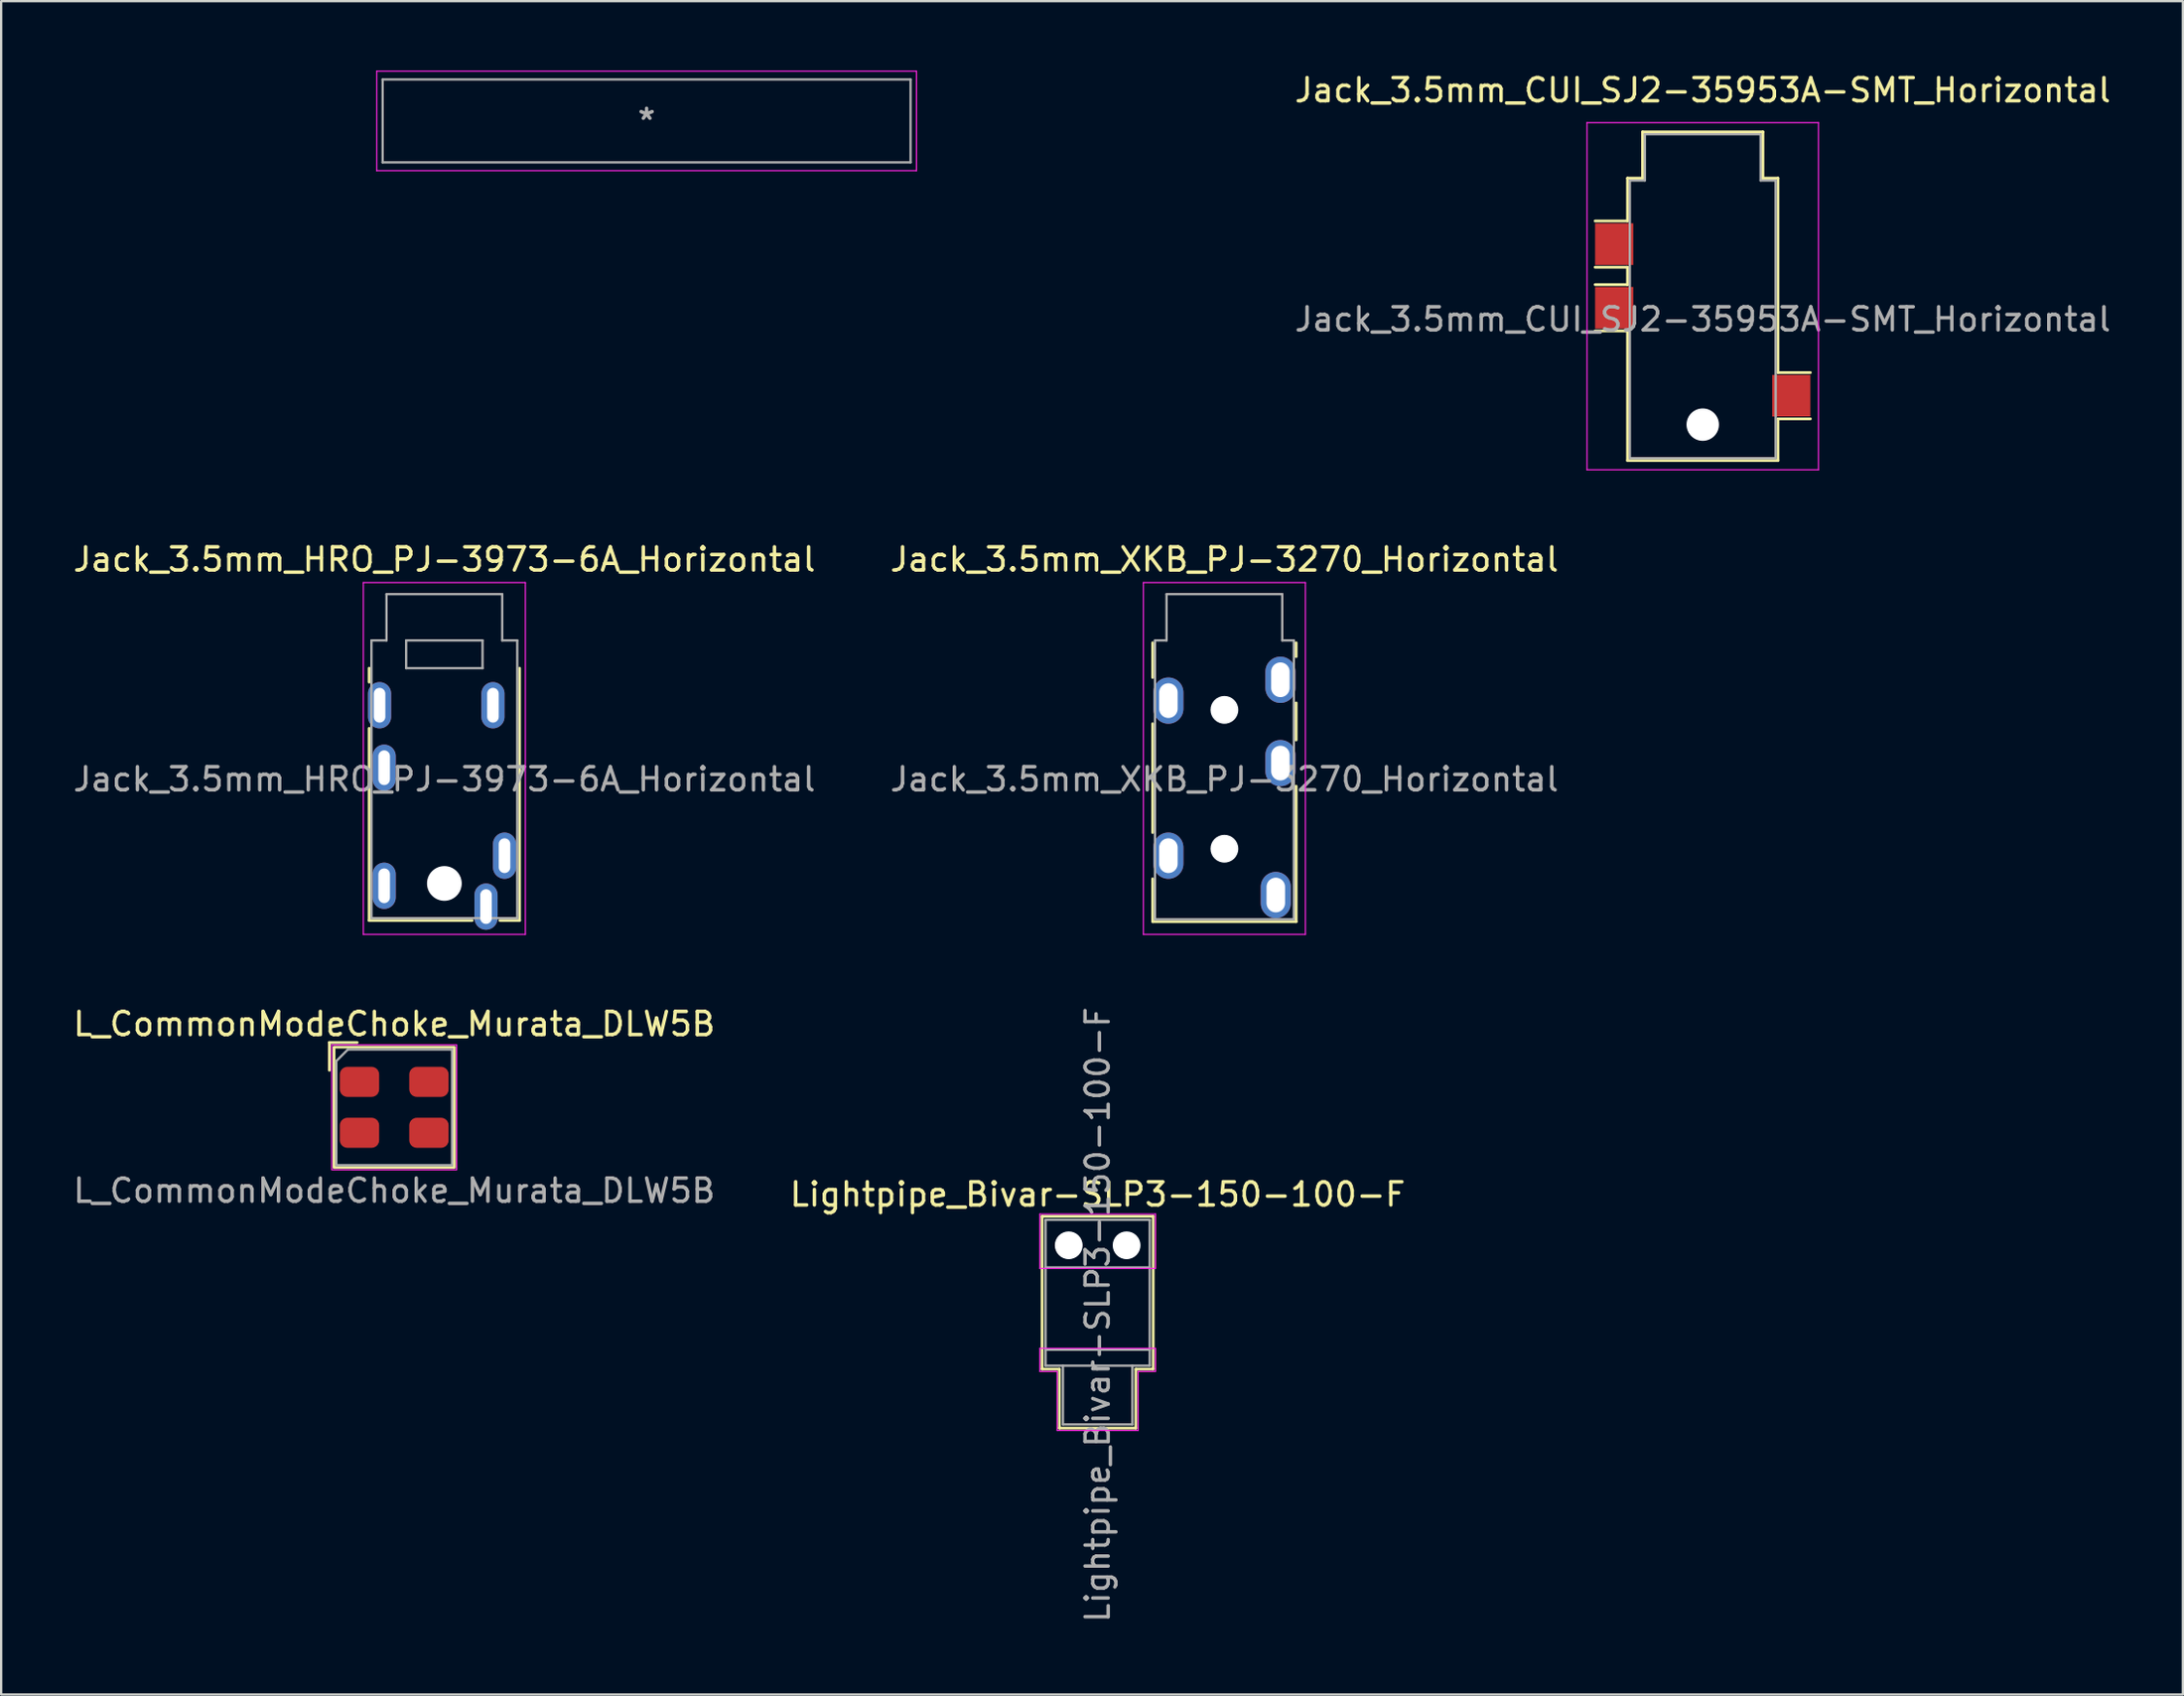
<source format=kicad_pcb>
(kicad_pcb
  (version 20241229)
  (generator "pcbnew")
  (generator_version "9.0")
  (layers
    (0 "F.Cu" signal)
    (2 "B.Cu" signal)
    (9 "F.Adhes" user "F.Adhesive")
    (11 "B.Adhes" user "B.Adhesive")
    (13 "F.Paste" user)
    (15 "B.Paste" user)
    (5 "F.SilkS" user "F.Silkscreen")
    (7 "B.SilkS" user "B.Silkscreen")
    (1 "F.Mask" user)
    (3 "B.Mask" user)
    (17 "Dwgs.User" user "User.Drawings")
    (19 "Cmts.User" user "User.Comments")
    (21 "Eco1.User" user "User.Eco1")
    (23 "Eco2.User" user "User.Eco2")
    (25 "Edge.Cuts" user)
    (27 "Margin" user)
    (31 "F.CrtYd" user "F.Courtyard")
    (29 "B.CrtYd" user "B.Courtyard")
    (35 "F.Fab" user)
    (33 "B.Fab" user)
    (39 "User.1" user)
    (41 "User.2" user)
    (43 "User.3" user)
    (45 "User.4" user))
  (footprint "Jack_3.5mm_CUI_SJ2-35953A-SMT_Horizontal"
    (layer "F.Cu")
    (at 70.518 10.748)
    (property "Reference" "Jack_3.5mm_CUI_SJ2-35953A-SMT_Horizontal" (at 0 -9.9 0) (layer "F.SilkS") (effects (font (size 1 1) (thickness 0.15))))
    (attr smd)
    (fp_line (start -3.25 -6.1) (end -2.6 -6.1) (stroke (width 0.12) (type solid)) (layer "F.SilkS"))
    (fp_line (start -3.25 -4.25) (end -4.65 -4.25) (stroke (width 0.12) (type solid)) (layer "F.SilkS"))
    (fp_line (start -3.25 -4.25) (end -3.25 -6.1) (stroke (width 0.12) (type solid)) (layer "F.SilkS"))
    (fp_line (start -3.25 -2.25) (end -4.65 -2.25) (stroke (width 0.12) (type solid)) (layer "F.SilkS"))
    (fp_line (start -3.25 -1.5) (end -4.65 -1.5) (stroke (width 0.12) (type solid)) (layer "F.SilkS"))
    (fp_line (start -3.25 -1.5) (end -3.25 -2.25) (stroke (width 0.12) (type solid)) (layer "F.SilkS"))
    (fp_line (start -3.25 0.5) (end -4.65 0.5) (stroke (width 0.12) (type solid)) (layer "F.SilkS"))
    (fp_line (start -3.25 6.1) (end -3.25 0.5) (stroke (width 0.12) (type solid)) (layer "F.SilkS"))
    (fp_line (start -2.6 -8.1) (end 2.6 -8.1) (stroke (width 0.12) (type solid)) (layer "F.SilkS"))
    (fp_line (start -2.6 -6.1) (end -2.6 -8.1) (stroke (width 0.12) (type solid)) (layer "F.SilkS"))
    (fp_line (start 2.6 -6.1) (end 2.6 -8.1) (stroke (width 0.12) (type solid)) (layer "F.SilkS"))
    (fp_line (start 2.6 -6.1) (end 3.25 -6.1) (stroke (width 0.12) (type solid)) (layer "F.SilkS"))
    (fp_line (start 3.25 -6.1) (end 3.25 2.3) (stroke (width 0.12) (type solid)) (layer "F.SilkS"))
    (fp_line (start 3.25 4.3) (end 3.25 6.1) (stroke (width 0.12) (type solid)) (layer "F.SilkS"))
    (fp_line (start 3.25 6.1) (end -3.25 6.1) (stroke (width 0.12) (type solid)) (layer "F.SilkS"))
    (fp_line (start 4.65 2.3) (end 3.25 2.3) (stroke (width 0.12) (type solid)) (layer "F.SilkS"))
    (fp_line (start 4.65 4.3) (end 3.25 4.3) (stroke (width 0.12) (type solid)) (layer "F.SilkS"))
    (fp_line (start -5 -8.5) (end 5 -8.5) (stroke (width 0.05) (type solid)) (layer "F.CrtYd"))
    (fp_line (start -5 6.5) (end -5 -8.5) (stroke (width 0.05) (type solid)) (layer "F.CrtYd"))
    (fp_line (start 5 -8.5) (end 5 6.5) (stroke (width 0.05) (type solid)) (layer "F.CrtYd"))
    (fp_line (start 5 6.5) (end -5 6.5) (stroke (width 0.05) (type solid)) (layer "F.CrtYd"))
    (fp_line (start -3.15 -6) (end -2.5 -6) (stroke (width 0.1) (type solid)) (layer "F.Fab"))
    (fp_line (start -3.15 6) (end -3.15 -6) (stroke (width 0.1) (type solid)) (layer "F.Fab"))
    (fp_line (start -2.5 -8) (end 2.5 -8) (stroke (width 0.1) (type solid)) (layer "F.Fab"))
    (fp_line (start -2.5 -6) (end -2.5 -8) (stroke (width 0.1) (type solid)) (layer "F.Fab"))
    (fp_line (start 2.5 -8) (end 2.5 -6) (stroke (width 0.1) (type solid)) (layer "F.Fab"))
    (fp_line (start 2.5 -6) (end 3.15 -6) (stroke (width 0.1) (type solid)) (layer "F.Fab"))
    (fp_line (start 3.15 -6) (end 3.15 6) (stroke (width 0.1) (type solid)) (layer "F.Fab"))
    (fp_line (start 3.15 6) (end -3.15 6) (stroke (width 0.1) (type solid)) (layer "F.Fab"))
    (fp_text user "${REFERENCE}" (at 0 0 0) (layer "F.Fab") (effects (font (size 1 1) (thickness 0.15))))
    (pad "" np_thru_hole circle (at 0 4.55) (size 1.4 1.4) (drill 1.4) (layers "*.Cu" "*.Mask"))
    (pad "R" smd rect (at -3.825 -0.5) (size 1.65 1.8) (layers "F.Cu" "F.Mask" "F.Paste"))
    (pad "S" smd rect (at -3.825 -3.25) (size 1.65 1.8) (layers "F.Cu" "F.Mask" "F.Paste"))
    (pad "T" smd rect (at 3.825 3.3) (size 1.65 1.8) (layers "F.Cu" "F.Mask" "F.Paste")))
  (footprint "Jack_3.5mm_HRO_PJ-3973-6A_Horizontal"
    (layer "F.Cu")
    (at 16.149 24.622)
    (property "Reference" "Jack_3.5mm_HRO_PJ-3973-6A_Horizontal" (at 0 -3.5 0) (layer "F.SilkS") (effects (font (size 1 1) (thickness 0.15))))
    (attr through_hole)
    (fp_line (start -3.25 1.8) (end -3.25 1.2) (stroke (width 0.12) (type solid)) (layer "F.SilkS"))
    (fp_line (start -3.25 12.1) (end -3.25 3.8) (stroke (width 0.12) (type solid)) (layer "F.SilkS"))
    (fp_line (start 1.2 12.1) (end -3.25 12.1) (stroke (width 0.12) (type solid)) (layer "F.SilkS"))
    (fp_line (start 3.25 1.2) (end 3.25 12.1) (stroke (width 0.12) (type solid)) (layer "F.SilkS"))
    (fp_line (start 3.25 12.1) (end 2.4 12.1) (stroke (width 0.12) (type solid)) (layer "F.SilkS"))
    (fp_line (start -3.5 -2.5) (end 3.5 -2.5) (stroke (width 0.05) (type solid)) (layer "F.CrtYd"))
    (fp_line (start -3.5 12.7) (end -3.5 -2.5) (stroke (width 0.05) (type solid)) (layer "F.CrtYd"))
    (fp_line (start 3.5 -2.5) (end 3.5 12.7) (stroke (width 0.05) (type solid)) (layer "F.CrtYd"))
    (fp_line (start 3.5 12.7) (end -3.5 12.7) (stroke (width 0.05) (type solid)) (layer "F.CrtYd"))
    (fp_line (start -3.15 0) (end -2.5 0) (stroke (width 0.1) (type solid)) (layer "F.Fab"))
    (fp_line (start -3.15 12) (end -3.15 0) (stroke (width 0.1) (type solid)) (layer "F.Fab"))
    (fp_line (start -2.5 -2) (end 2.5 -2) (stroke (width 0.1) (type solid)) (layer "F.Fab"))
    (fp_line (start -2.5 0) (end -2.5 -2) (stroke (width 0.1) (type solid)) (layer "F.Fab"))
    (fp_line (start -1.65 0) (end 1.65 0) (stroke (width 0.1) (type solid)) (layer "F.Fab"))
    (fp_line (start -1.65 1.2) (end -1.65 0) (stroke (width 0.1) (type solid)) (layer "F.Fab"))
    (fp_line (start -1.65 1.2) (end 1.65 1.2) (stroke (width 0.1) (type solid)) (layer "F.Fab"))
    (fp_line (start 1.65 1.2) (end 1.65 0) (stroke (width 0.1) (type solid)) (layer "F.Fab"))
    (fp_line (start 2.5 -2) (end 2.5 0) (stroke (width 0.1) (type solid)) (layer "F.Fab"))
    (fp_line (start 2.5 0) (end 3.15 0) (stroke (width 0.1) (type solid)) (layer "F.Fab"))
    (fp_line (start 3.15 0) (end 3.15 12) (stroke (width 0.1) (type solid)) (layer "F.Fab"))
    (fp_line (start 3.15 12) (end -3.15 12) (stroke (width 0.1) (type solid)) (layer "F.Fab"))
    (fp_text user "${REFERENCE}" (at 0 6 0) (layer "F.Fab") (effects (font (size 1 1) (thickness 0.15))))
    (pad "" np_thru_hole circle (at 0 10.5) (size 1.5 1.5) (drill 1.5) (layers "*.Cu" "*.Mask"))
    (pad "R1" thru_hole oval (at -2.6 5.5 90) (size 2 1) (drill oval 1.5 0.5) (layers "*.Cu" "*.Mask"))
    (pad "R1N" thru_hole oval (at -2.6 10.6 90) (size 2 1) (drill oval 1.5 0.5) (layers "*.Cu" "*.Mask"))
    (pad "R2" thru_hole oval (at 2.1 2.8 90) (size 2 1) (drill oval 1.5 0.5) (layers "*.Cu" "*.Mask"))
    (pad "S" thru_hole oval (at -2.8 2.8 90) (size 2 1) (drill oval 1.5 0.5) (layers "*.Cu" "*.Mask"))
    (pad "T" thru_hole oval (at 2.6 9.3 90) (size 2 1) (drill oval 1.5 0.5) (layers "*.Cu" "*.Mask"))
    (pad "TN" thru_hole oval (at 1.8 11.5 90) (size 2 1) (drill oval 1.5 0.5) (layers "*.Cu" "*.Mask")))
  (footprint "Lightpipe_Bivar-SLP3-150-100-F"
    (layer "F.Cu")
    (at 44.375 50.757)
    (property "Reference" "Lightpipe_Bivar-SLP3-150-100-F" (at 0 -2.2 0) (layer "F.SilkS") (effects (font (size 1 1) (thickness 0.15))))
    (attr through_hole)
    (fp_line (start -2.4 5.35) (end -2.4 -1.25) (stroke (width 0.12) (type solid)) (layer "F.SilkS"))
    (fp_line (start -2.4 5.35) (end -1.65 5.35) (stroke (width 0.12) (type solid)) (layer "F.SilkS"))
    (fp_line (start -1.65 5.35) (end -1.65 7.9) (stroke (width 0.12) (type solid)) (layer "F.SilkS"))
    (fp_line (start 1.65 5.35) (end 1.65 7.9) (stroke (width 0.12) (type solid)) (layer "F.SilkS"))
    (fp_line (start 1.65 5.35) (end 2.4 5.35) (stroke (width 0.12) (type solid)) (layer "F.SilkS"))
    (fp_line (start 1.65 7.9) (end -1.65 7.9) (stroke (width 0.12) (type solid)) (layer "F.SilkS"))
    (fp_line (start 2.4 -1.25) (end -2.4 -1.25) (stroke (width 0.12) (type solid)) (layer "F.SilkS"))
    (fp_line (start 2.4 5.35) (end 2.4 -1.25) (stroke (width 0.12) (type solid)) (layer "F.SilkS"))
    (fp_line (start -2.5 -1.35) (end -2.5 1) (stroke (width 0.05) (type solid)) (layer "F.CrtYd"))
    (fp_line (start -2.5 4.45) (end -2.5 5.45) (stroke (width 0.05) (type solid)) (layer "F.CrtYd"))
    (fp_line (start -2.5 5.45) (end -1.75 5.45) (stroke (width 0.05) (type solid)) (layer "F.CrtYd"))
    (fp_line (start -1.75 5.45) (end -1.75 8) (stroke (width 0.05) (type solid)) (layer "F.CrtYd"))
    (fp_line (start -1.75 8) (end 1.75 8) (stroke (width 0.05) (type solid)) (layer "F.CrtYd"))
    (fp_line (start 1.75 5.45) (end 2.5 5.45) (stroke (width 0.05) (type solid)) (layer "F.CrtYd"))
    (fp_line (start 1.75 8) (end 1.75 5.45) (stroke (width 0.05) (type solid)) (layer "F.CrtYd"))
    (fp_line (start 2.5 -1.35) (end -2.5 -1.35) (stroke (width 0.05) (type solid)) (layer "F.CrtYd"))
    (fp_line (start 2.5 1) (end -2.5 1) (stroke (width 0.05) (type solid)) (layer "F.CrtYd"))
    (fp_line (start 2.5 1) (end 2.5 -1.35) (stroke (width 0.05) (type solid)) (layer "F.CrtYd"))
    (fp_line (start 2.5 4.45) (end -2.5 4.45) (stroke (width 0.05) (type solid)) (layer "F.CrtYd"))
    (fp_line (start 2.5 4.45) (end 2.5 5.45) (stroke (width 0.05) (type solid)) (layer "F.CrtYd"))
    (fp_line (start -2.25 -1.1) (end 2.25 -1.1) (stroke (width 0.1) (type solid)) (layer "F.Fab"))
    (fp_line (start -2.25 0.957) (end 2.25 0.957) (stroke (width 0.1) (type solid)) (layer "F.Fab"))
    (fp_line (start -2.25 4.513) (end 2.25 4.513) (stroke (width 0.1) (type solid)) (layer "F.Fab"))
    (fp_line (start -2.25 5.2) (end -2.25 -1.1) (stroke (width 0.1) (type solid)) (layer "F.Fab"))
    (fp_line (start -2.25 5.2) (end 2.25 5.2) (stroke (width 0.1) (type solid)) (layer "F.Fab"))
    (fp_line (start -1.5 7.74) (end -1.5 5.2) (stroke (width 0.1) (type solid)) (layer "F.Fab"))
    (fp_line (start 1.5 7.74) (end -1.5 7.74) (stroke (width 0.1) (type solid)) (layer "F.Fab"))
    (fp_line (start 1.5 7.74) (end 1.5 5.2) (stroke (width 0.1) (type solid)) (layer "F.Fab"))
    (fp_line (start 2.25 5.2) (end 2.25 -1.1) (stroke (width 0.1) (type solid)) (layer "F.Fab"))
    (fp_text user "${REFERENCE}" (at 0 3 90) (layer "F.Fab") (effects (font (size 1 1) (thickness 0.15))))
    (pad "" np_thru_hole circle (at -1.25 0) (size 1.2 1.2) (drill 1.2) (layers "*.Cu" "*.Mask"))
    (pad "" np_thru_hole circle (at 1.25 0) (size 1.2 1.2) (drill 1.2) (layers "*.Cu" "*.Mask")))
  (footprint "Jack_3.5mm_XKB_PJ-3270_Horizontal"
    (layer "F.Cu")
    (at 49.851 24.622)
    (property "Reference" "Jack_3.5mm_XKB_PJ-3270_Horizontal" (at 0 -3.5 0) (layer "F.SilkS") (effects (font (size 1 1) (thickness 0.15))))
    (attr through_hole)
    (fp_line (start -3.1 1.6) (end -3.1 0.1) (stroke (width 0.12) (type solid)) (layer "F.SilkS"))
    (fp_line (start -3.1 8.3) (end -3.1 3.6) (stroke (width 0.12) (type solid)) (layer "F.SilkS"))
    (fp_line (start -3.1 12.15) (end -3.1 10.3) (stroke (width 0.12) (type solid)) (layer "F.SilkS"))
    (fp_line (start 3.1 0.7) (end 3.1 0.1) (stroke (width 0.12) (type solid)) (layer "F.SilkS"))
    (fp_line (start 3.1 2.7) (end 3.1 4.3) (stroke (width 0.12) (type solid)) (layer "F.SilkS"))
    (fp_line (start 3.1 6.3) (end 3.1 12.15) (stroke (width 0.12) (type solid)) (layer "F.SilkS"))
    (fp_line (start 3.1 12.15) (end -3.1 12.15) (stroke (width 0.12) (type solid)) (layer "F.SilkS"))
    (fp_line (start -3.5 -2.5) (end 3.5 -2.5) (stroke (width 0.05) (type solid)) (layer "F.CrtYd"))
    (fp_line (start -3.5 12.7) (end -3.5 -2.5) (stroke (width 0.05) (type solid)) (layer "F.CrtYd"))
    (fp_line (start 3.5 -2.5) (end 3.5 12.7) (stroke (width 0.05) (type solid)) (layer "F.CrtYd"))
    (fp_line (start 3.5 12.7) (end -3.5 12.7) (stroke (width 0.05) (type solid)) (layer "F.CrtYd"))
    (fp_line (start -3 0) (end -2.5 0) (stroke (width 0.1) (type solid)) (layer "F.Fab"))
    (fp_line (start -3 12.05) (end -3 0) (stroke (width 0.1) (type solid)) (layer "F.Fab"))
    (fp_line (start -2.5 -2) (end 2.5 -2) (stroke (width 0.1) (type solid)) (layer "F.Fab"))
    (fp_line (start -2.5 0) (end -2.5 -2) (stroke (width 0.1) (type solid)) (layer "F.Fab"))
    (fp_line (start 2.5 -2) (end 2.5 0) (stroke (width 0.1) (type solid)) (layer "F.Fab"))
    (fp_line (start 2.5 0) (end 3 0) (stroke (width 0.1) (type solid)) (layer "F.Fab"))
    (fp_line (start 3 0) (end 3 12.05) (stroke (width 0.1) (type solid)) (layer "F.Fab"))
    (fp_line (start 3 12.05) (end -3 12.05) (stroke (width 0.1) (type solid)) (layer "F.Fab"))
    (fp_text user "${REFERENCE}" (at 0 6 0) (layer "F.Fab") (effects (font (size 1 1) (thickness 0.15))))
    (pad "" np_thru_hole circle (at 0 3) (size 1.2 1.2) (drill 1.2) (layers "*.Cu" "*.Mask"))
    (pad "" np_thru_hole circle (at 0 9) (size 1.2 1.2) (drill 1.2) (layers "*.Cu" "*.Mask"))
    (pad "R1" thru_hole oval (at 2.42 5.3 90) (size 2 1.3) (drill oval 1.5 0.8) (layers "*.Cu" "*.Mask"))
    (pad "R2" thru_hole oval (at 2.42 1.7 90) (size 2 1.3) (drill oval 1.5 0.8) (layers "*.Cu" "*.Mask"))
    (pad "S" thru_hole oval (at -2.42 2.6 90) (size 2 1.3) (drill oval 1.5 0.8) (layers "*.Cu" "*.Mask"))
    (pad "T" thru_hole oval (at -2.42 9.3 90) (size 2 1.3) (drill oval 1.5 0.8) (layers "*.Cu" "*.Mask"))
    (pad "TN" thru_hole oval (at 2.22 11 90) (size 2 1.3) (drill oval 1.5 0.8) (layers "*.Cu" "*.Mask")))
  (footprint "L_CommonModeChoke_Murata_DLW5B"
    (layer "F.Cu")
    (at 13.982 44.795)
    (property "Reference" "L_CommonModeChoke_Murata_DLW5B" (at 0 -3.6 0) (unlocked yes) (layer "F.SilkS") (effects (font (size 1 1) (thickness 0.15))))
    (fp_line (start -2.8 -2.8) (end -1.6 -2.8) (stroke (width 0.12) (type solid)) (layer "F.SilkS"))
    (fp_line (start -2.8 -1.6) (end -2.8 -2.8) (stroke (width 0.12) (type solid)) (layer "F.SilkS"))
    (fp_rect (start -2.6 -2.6) (end 2.6 2.6) (stroke (width 0.12) (type solid)) (fill no) (layer "F.SilkS"))
    (fp_rect (start -2.7 -2.7) (end 2.7 2.7) (stroke (width 0.05) (type solid)) (fill no) (layer "F.CrtYd"))
    (fp_line (start -2.5 -2) (end -2 -2.5) (stroke (width 0.1) (type solid)) (layer "F.Fab"))
    (fp_line (start -2.5 2.5) (end -2.5 -2) (stroke (width 0.1) (type solid)) (layer "F.Fab"))
    (fp_line (start -2 -2.5) (end 2.5 -2.5) (stroke (width 0.1) (type solid)) (layer "F.Fab"))
    (fp_line (start 2.5 -2.5) (end 2.5 2.5) (stroke (width 0.1) (type solid)) (layer "F.Fab"))
    (fp_line (start 2.5 2.5) (end -2.5 2.5) (stroke (width 0.1) (type solid)) (layer "F.Fab"))
    (fp_text user "${REFERENCE}" (at 0 3.6 0) (unlocked yes) (layer "F.Fab") (effects (font (size 1 1) (thickness 0.15))))
    (pad "1" smd roundrect (at -1.5 -1.1) (size 1.7 1.3) (layers "F.Cu" "F.Mask" "F.Paste") (roundrect_rratio 0.25))
    (pad "2" smd roundrect (at -1.5 1.1) (size 1.7 1.3) (layers "F.Cu" "F.Mask" "F.Paste") (roundrect_rratio 0.25))
    (pad "3" smd roundrect (at 1.5 1.1) (size 1.7 1.3) (layers "F.Cu" "F.Mask" "F.Paste") (roundrect_rratio 0.25))
    (pad "4" smd roundrect (at 1.5 -1.1) (size 1.7 1.3) (layers "F.Cu" "F.Mask" "F.Paste") (roundrect_rratio 0.25)))
  (footprint "Hirose_DF40_DF40C-100DS-0.4V_2x50_P0.40mm_Vertical_Virtual"
    (layer "F.Cu")
    (at 24.887 2.175)
    (property "Reference" "Hirose_DF40_DF40C-100DS-0.4V_2x50_P0.40mm_Vertical_Virtual" (at 0 0 0) (layer "Eco1.User") (effects (font (size 1 1) (thickness 0.15))))
    (fp_line (start -11.532 -1.918) (end -11.532 1.918) (stroke (width 0.12) (type solid)) (layer "Eco1.User"))
    (fp_line (start -11.532 1.918) (end -10.246 1.918) (stroke (width 0.12) (type solid)) (layer "Eco1.User"))
    (fp_line (start -10.246 -1.918) (end -11.532 -1.918) (stroke (width 0.12) (type solid)) (layer "Eco1.User"))
    (fp_line (start 10.246 1.918) (end 11.532 1.918) (stroke (width 0.12) (type solid)) (layer "Eco1.User"))
    (fp_line (start 11.532 -1.918) (end 10.246 -1.918) (stroke (width 0.12) (type solid)) (layer "Eco1.User"))
    (fp_line (start 11.532 1.918) (end 11.532 -1.918) (stroke (width 0.12) (type solid)) (layer "Eco1.User"))
    (fp_circle (center -12.167 -1.54) (end -11.786 -1.54) (stroke (width 0.12) (type solid)) (fill no) (layer "Eco1.User"))
    (fp_line (start -11.659 -2.15) (end -11.659 2.15) (stroke (width 0.05) (type solid)) (layer "F.CrtYd"))
    (fp_line (start -11.659 2.15) (end 11.659 2.15) (stroke (width 0.05) (type solid)) (layer "F.CrtYd"))
    (fp_line (start 11.659 -2.15) (end -11.659 -2.15) (stroke (width 0.05) (type solid)) (layer "F.CrtYd"))
    (fp_line (start 11.659 2.15) (end 11.659 -2.15) (stroke (width 0.05) (type solid)) (layer "F.CrtYd"))
    (fp_line (start -11.405 -1.791) (end -11.405 1.791) (stroke (width 0.1) (type solid)) (layer "F.Fab"))
    (fp_line (start -11.405 1.791) (end 11.405 1.791) (stroke (width 0.1) (type solid)) (layer "F.Fab"))
    (fp_line (start 11.405 -1.791) (end -11.405 -1.791) (stroke (width 0.1) (type solid)) (layer "F.Fab"))
    (fp_line (start 11.405 1.791) (end 11.405 -1.791) (stroke (width 0.1) (type solid)) (layer "F.Fab"))
    (fp_text user "*" (at 0 0 0) (layer "Eco1.User") (effects (font (size 1 1) (thickness 0.15))))
    (fp_text user "*" (at 0 0 0) (layer "F.Fab") (effects (font (size 1 1) (thickness 0.15)))))
  (gr_rect
    (start -3 -3)
    (end 91.262 70.168)
    (stroke (width 0.1) (type default))
    (fill no)
    (layer "Edge.Cuts")))
</source>
